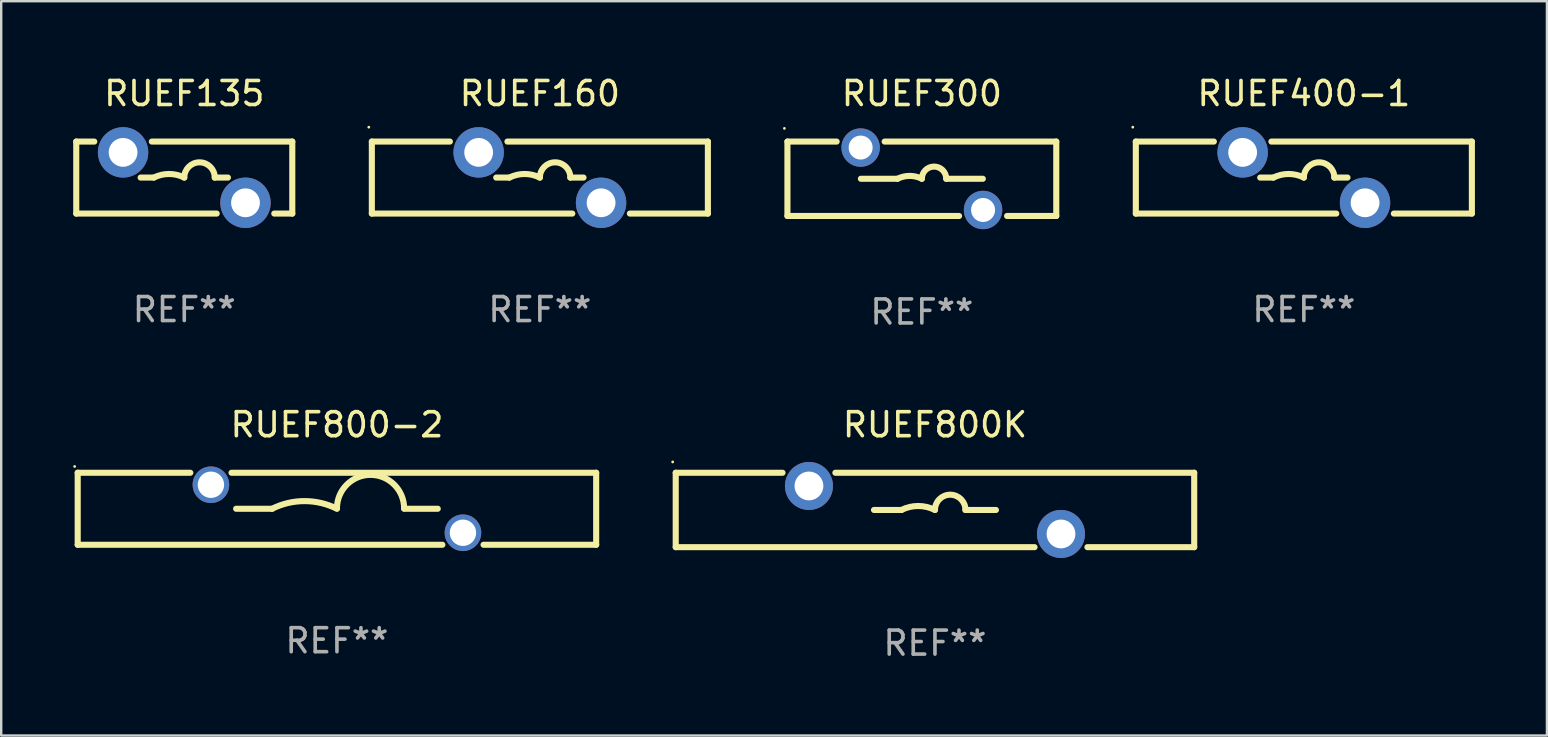
<source format=kicad_pcb>
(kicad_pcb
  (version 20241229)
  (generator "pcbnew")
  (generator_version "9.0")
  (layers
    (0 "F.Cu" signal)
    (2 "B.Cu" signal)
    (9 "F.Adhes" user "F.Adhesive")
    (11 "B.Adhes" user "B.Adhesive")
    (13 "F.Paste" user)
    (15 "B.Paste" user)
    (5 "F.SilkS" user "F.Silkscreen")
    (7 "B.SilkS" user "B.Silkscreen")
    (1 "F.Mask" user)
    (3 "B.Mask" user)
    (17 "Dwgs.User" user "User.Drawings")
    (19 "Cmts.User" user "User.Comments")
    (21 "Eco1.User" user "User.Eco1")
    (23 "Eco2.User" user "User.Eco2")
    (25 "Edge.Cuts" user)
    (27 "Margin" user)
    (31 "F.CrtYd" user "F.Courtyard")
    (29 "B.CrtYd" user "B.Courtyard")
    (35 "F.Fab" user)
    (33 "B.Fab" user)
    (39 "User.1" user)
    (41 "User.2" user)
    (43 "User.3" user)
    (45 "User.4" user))
  (footprint "RUEF160"
    (layer "F.Cu")
    (at 19.441 4.348)
    (property "Reference" "RUEF160" (at 0 -3.5 0) (layer "F.SilkS") (effects (font (size 1 1) (thickness 0.15))))
    (attr through_hole)
    (fp_line (start -7 -1.5) (end -7 1.5) (stroke (width 0.254) (type solid)) (layer "F.SilkS"))
    (fp_line (start -7 -1.5) (end -3.749 -1.5) (stroke (width 0.254) (type solid)) (layer "F.SilkS"))
    (fp_line (start -7 1.5) (end 1.351 1.5) (stroke (width 0.254) (type solid)) (layer "F.SilkS"))
    (fp_line (start -1.818 0.000013) (end -1.27 0.000013) (stroke (width 0.254) (type solid)) (layer "F.SilkS"))
    (fp_line (start -1.351 -1.5) (end 7 -1.5) (stroke (width 0.254) (type solid)) (layer "F.SilkS"))
    (fp_line (start 1.818 0.000013) (end 1.27 0.000013) (stroke (width 0.254) (type solid)) (layer "F.SilkS"))
    (fp_line (start 3.749 1.5) (end 7 1.5) (stroke (width 0.254) (type solid)) (layer "F.SilkS"))
    (fp_line (start 7 -1.5) (end 7 1.5) (stroke (width 0.254) (type solid)) (layer "F.SilkS"))
    (fp_arc (start -1.270003 0.000013) (mid -0.635002 -0.149891) (end -0.000001 0.000012) (stroke (width 0.254001) (type solid)) (layer "F.SilkS"))
    (fp_arc (start -0.000001 0.000013) (mid 0.635001 -0.634989) (end 1.270003 0.000013) (stroke (width 0.254001) (type solid)) (layer "F.SilkS"))
    (fp_circle (center -7.127 -2.1) (end -7.097 -2.1) (stroke (width 0.06) (type solid)) (fill no) (layer "F.SilkS"))
    (fp_text user "REF**" (at 0 5.5 0) (layer "F.Fab") (effects (font (size 1 1) (thickness 0.15))))
    (pad "1" thru_hole circle (at -2.55 -1.05) (size 2.1 2.1) (drill 1.2) (layers "*.Cu" "*.Mask"))
    (pad "2" thru_hole circle (at 2.55 1.05) (size 2.1 2.1) (drill 1.2) (layers "*.Cu" "*.Mask")))
  (footprint "RUEF135"
    (layer "F.Cu")
    (at 4.627 4.348)
    (property "Reference" "RUEF135" (at 0 -3.5 0) (layer "F.SilkS") (effects (font (size 1 1) (thickness 0.15))))
    (attr through_hole)
    (fp_line (start -4.5 -1.5) (end -4.5 1.5) (stroke (width 0.254) (type solid)) (layer "F.SilkS"))
    (fp_line (start -4.5 -1.5) (end -3.749 -1.5) (stroke (width 0.254) (type solid)) (layer "F.SilkS"))
    (fp_line (start -4.5 1.5) (end 1.351 1.5) (stroke (width 0.254) (type solid)) (layer "F.SilkS"))
    (fp_line (start -1.818 0) (end -1.27 0) (stroke (width 0.254) (type solid)) (layer "F.SilkS"))
    (fp_line (start -1.351 -1.5) (end 4.5 -1.5) (stroke (width 0.254) (type solid)) (layer "F.SilkS"))
    (fp_line (start 1.818 0) (end 1.27 0) (stroke (width 0.254) (type solid)) (layer "F.SilkS"))
    (fp_line (start 3.749 1.5) (end 4.5 1.5) (stroke (width 0.254) (type solid)) (layer "F.SilkS"))
    (fp_line (start 4.5 -1.5) (end 4.5 1.5) (stroke (width 0.254) (type solid)) (layer "F.SilkS"))
    (fp_arc (start -1.270003 0) (mid -0.635001 -0.149904) (end 0 0) (stroke (width 0.254001) (type solid)) (layer "F.SilkS"))
    (fp_arc (start -0.000001 0) (mid 0.635001 -0.635002) (end 1.270003 0) (stroke (width 0.254001) (type solid)) (layer "F.SilkS"))
    (fp_circle (center -4.45 -1.5) (end -4.42 -1.5) (stroke (width 0.06) (type solid)) (fill no) (layer "F.SilkS"))
    (fp_text user "REF**" (at 0 5.5 0) (layer "F.Fab") (effects (font (size 1 1) (thickness 0.15))))
    (pad "1" thru_hole circle (at -2.55 -1.05) (size 2.1 2.1) (drill 1.2) (layers "*.Cu" "*.Mask"))
    (pad "2" thru_hole circle (at 2.55 1.05) (size 2.1 2.1) (drill 1.2) (layers "*.Cu" "*.Mask")))
  (footprint "RUEF300"
    (layer "F.Cu")
    (at 35.355 4.398)
    (property "Reference" "RUEF300" (at 0 -3.55 0) (layer "F.SilkS") (effects (font (size 1 1) (thickness 0.15))))
    (attr through_hole)
    (fp_line (start -5.6 -1.55) (end -3.55 -1.55) (stroke (width 0.254) (type solid)) (layer "F.SilkS"))
    (fp_line (start -5.6 1.55) (end -5.6 -1.55) (stroke (width 0.254) (type solid)) (layer "F.SilkS"))
    (fp_line (start -5.6 1.55) (end 1.55 1.55) (stroke (width 0.254) (type solid)) (layer "F.SilkS"))
    (fp_line (start -2.54 0) (end -1.016 0) (stroke (width 0.254) (type solid)) (layer "F.SilkS"))
    (fp_line (start -1.55 -1.55) (end 5.6 -1.55) (stroke (width 0.254) (type solid)) (layer "F.SilkS"))
    (fp_line (start 2.54 0) (end 1.016 0) (stroke (width 0.254) (type solid)) (layer "F.SilkS"))
    (fp_line (start 3.55 1.55) (end 5.6 1.55) (stroke (width 0.254) (type solid)) (layer "F.SilkS"))
    (fp_line (start 5.6 -1.55) (end 5.6 1.55) (stroke (width 0.254) (type solid)) (layer "F.SilkS"))
    (fp_arc (start -1.016002 0) (mid -0.508001 -0.119923) (end 0 0) (stroke (width 0.254001) (type solid)) (layer "F.SilkS"))
    (fp_arc (start 0 0) (mid 0.508001 -0.508001) (end 1.016002 0) (stroke (width 0.254001) (type solid)) (layer "F.SilkS"))
    (fp_circle (center -5.727 -2.1) (end -5.697 -2.1) (stroke (width 0.06) (type solid)) (fill no) (layer "F.SilkS"))
    (fp_text user "REF**" (at 0 5.55 0) (layer "F.Fab") (effects (font (size 1 1) (thickness 0.15))))
    (pad "1" thru_hole circle (at -2.55 -1.3) (size 1.6 1.6) (drill 1) (layers "*.Cu" "*.Mask"))
    (pad "2" thru_hole circle (at 2.55 1.3) (size 1.6 1.6) (drill 1) (layers "*.Cu" "*.Mask")))
  (footprint "RUEF800K"
    (layer "F.Cu")
    (at 35.901 18.195)
    (property "Reference" "RUEF800K" (at 0 -3.55 0) (layer "F.SilkS") (effects (font (size 1 1) (thickness 0.15))))
    (attr through_hole)
    (fp_line (start -10.8 -1.55) (end -6.351 -1.55) (stroke (width 0.254) (type solid)) (layer "F.SilkS"))
    (fp_line (start -10.8 1.55) (end -10.8 -1.55) (stroke (width 0.254) (type solid)) (layer "F.SilkS"))
    (fp_line (start -10.8 1.55) (end 4.149 1.55) (stroke (width 0.254) (type solid)) (layer "F.SilkS"))
    (fp_line (start -4.149 -1.55) (end 10.8 -1.55) (stroke (width 0.254) (type solid)) (layer "F.SilkS"))
    (fp_line (start -2.54 0) (end -1.397 0) (stroke (width 0.254) (type solid)) (layer "F.SilkS"))
    (fp_line (start 2.54 0) (end 1.27 0) (stroke (width 0.254) (type solid)) (layer "F.SilkS"))
    (fp_line (start 6.351 1.55) (end 10.8 1.55) (stroke (width 0.254) (type solid)) (layer "F.SilkS"))
    (fp_line (start 10.8 -1.55) (end 10.8 1.55) (stroke (width 0.254) (type solid)) (layer "F.SilkS"))
    (fp_arc (start -1.397003 0) (mid -0.698501 -0.164894) (end 0 0) (stroke (width 0.254001) (type solid)) (layer "F.SilkS"))
    (fp_arc (start -0.000001 0) (mid 0.635001 -0.635002) (end 1.270003 0) (stroke (width 0.254001) (type solid)) (layer "F.SilkS"))
    (fp_circle (center -10.927 -2) (end -10.897 -2) (stroke (width 0.06) (type solid)) (fill no) (layer "F.SilkS"))
    (fp_text user "REF**" (at 0 5.55 0) (layer "F.Fab") (effects (font (size 1 1) (thickness 0.15))))
    (pad "1" thru_hole circle (at -5.25 -1) (size 2 2) (drill 1.2) (layers "*.Cu" "*.Mask"))
    (pad "2" thru_hole circle (at 5.25 1) (size 2 2) (drill 1.2) (layers "*.Cu" "*.Mask")))
  (footprint "RUEF400-1"
    (layer "F.Cu")
    (at 51.269 4.348)
    (property "Reference" "RUEF400-1" (at 0 -3.5 0) (layer "F.SilkS") (effects (font (size 1 1) (thickness 0.15))))
    (attr through_hole)
    (fp_line (start -7 -1.5) (end -7 1.5) (stroke (width 0.254) (type solid)) (layer "F.SilkS"))
    (fp_line (start -7 -1.5) (end -3.749 -1.5) (stroke (width 0.254) (type solid)) (layer "F.SilkS"))
    (fp_line (start -7 1.5) (end 1.351 1.5) (stroke (width 0.254) (type solid)) (layer "F.SilkS"))
    (fp_line (start -1.818 0.000013) (end -1.27 0.000013) (stroke (width 0.254) (type solid)) (layer "F.SilkS"))
    (fp_line (start -1.351 -1.5) (end 7 -1.5) (stroke (width 0.254) (type solid)) (layer "F.SilkS"))
    (fp_line (start 1.818 0.000013) (end 1.27 0.000013) (stroke (width 0.254) (type solid)) (layer "F.SilkS"))
    (fp_line (start 3.749 1.5) (end 7 1.5) (stroke (width 0.254) (type solid)) (layer "F.SilkS"))
    (fp_line (start 7 -1.5) (end 7 1.5) (stroke (width 0.254) (type solid)) (layer "F.SilkS"))
    (fp_arc (start -1.270003 0.000013) (mid -0.635002 -0.149891) (end -0.000001 0.000012) (stroke (width 0.254001) (type solid)) (layer "F.SilkS"))
    (fp_arc (start -0.000001 0.000013) (mid 0.635001 -0.634989) (end 1.270003 0.000013) (stroke (width 0.254001) (type solid)) (layer "F.SilkS"))
    (fp_circle (center -7.127 -2.1) (end -7.097 -2.1) (stroke (width 0.06) (type solid)) (fill no) (layer "F.SilkS"))
    (fp_text user "REF**" (at 0 5.5 0) (layer "F.Fab") (effects (font (size 1 1) (thickness 0.15))))
    (pad "1" thru_hole circle (at -2.55 -1.05) (size 2.1 2.1) (drill 1.2) (layers "*.Cu" "*.Mask"))
    (pad "2" thru_hole circle (at 2.55 1.05) (size 2.1 2.1) (drill 1.2) (layers "*.Cu" "*.Mask")))
  (footprint "RUEF800-2"
    (layer "F.Cu")
    (at 10.987 18.145)
    (property "Reference" "RUEF800-2" (at 0 -3.5 0) (layer "F.SilkS") (effects (font (size 1 1) (thickness 0.15))))
    (attr through_hole)
    (fp_line (start -10.8 -1.5) (end -10.8 1.5) (stroke (width 0.254) (type solid)) (layer "F.SilkS"))
    (fp_line (start -10.8 -1.5) (end -6.108 -1.5) (stroke (width 0.254) (type solid)) (layer "F.SilkS"))
    (fp_line (start -4.392 -1.5) (end 10.8 -1.5) (stroke (width 0.254) (type solid)) (layer "F.SilkS"))
    (fp_line (start -2.7 -0.000127) (end -4.2 -0.000127) (stroke (width 0.254) (type solid)) (layer "F.SilkS"))
    (fp_line (start 2.8 -0.000127) (end 4.2 -0.000127) (stroke (width 0.254) (type solid)) (layer "F.SilkS"))
    (fp_line (start 4.393 1.5) (end -10.8 1.5) (stroke (width 0.254) (type solid)) (layer "F.SilkS"))
    (fp_line (start 10.8 1.5) (end 6.108 1.5) (stroke (width 0.254) (type solid)) (layer "F.SilkS"))
    (fp_line (start 10.8 1.5) (end 10.8 -1.5) (stroke (width 0.254) (type solid)) (layer "F.SilkS"))
    (fp_arc (start -2.700025 -0.000127) (mid -1.350013 -0.318821) (end 0 -0.000127) (stroke (width 0.254001) (type solid)) (layer "F.SilkS"))
    (fp_arc (start 0 -0.012827) (mid 1.399543 -1.411862) (end 2.799086 -0.012827) (stroke (width 0.254001) (type solid)) (layer "F.SilkS"))
    (fp_circle (center -10.927 -1.762) (end -10.897 -1.762) (stroke (width 0.06) (type solid)) (fill no) (layer "F.SilkS"))
    (fp_text user "REF**" (at 0 5.5 0) (layer "F.Fab") (effects (font (size 1 1) (thickness 0.15))))
    (pad "1" thru_hole circle (at -5.25 -1) (size 1.524 1.524) (drill 1.1) (layers "*.Cu" "*.Mask"))
    (pad "2" thru_hole circle (at 5.25 1) (size 1.524 1.524) (drill 1.1) (layers "*.Cu" "*.Mask")))
  (gr_rect
    (start -3 -3)
    (end 61.396 27.593)
    (stroke (width 0.1) (type default))
    (fill no)
    (layer "Edge.Cuts")))
</source>
